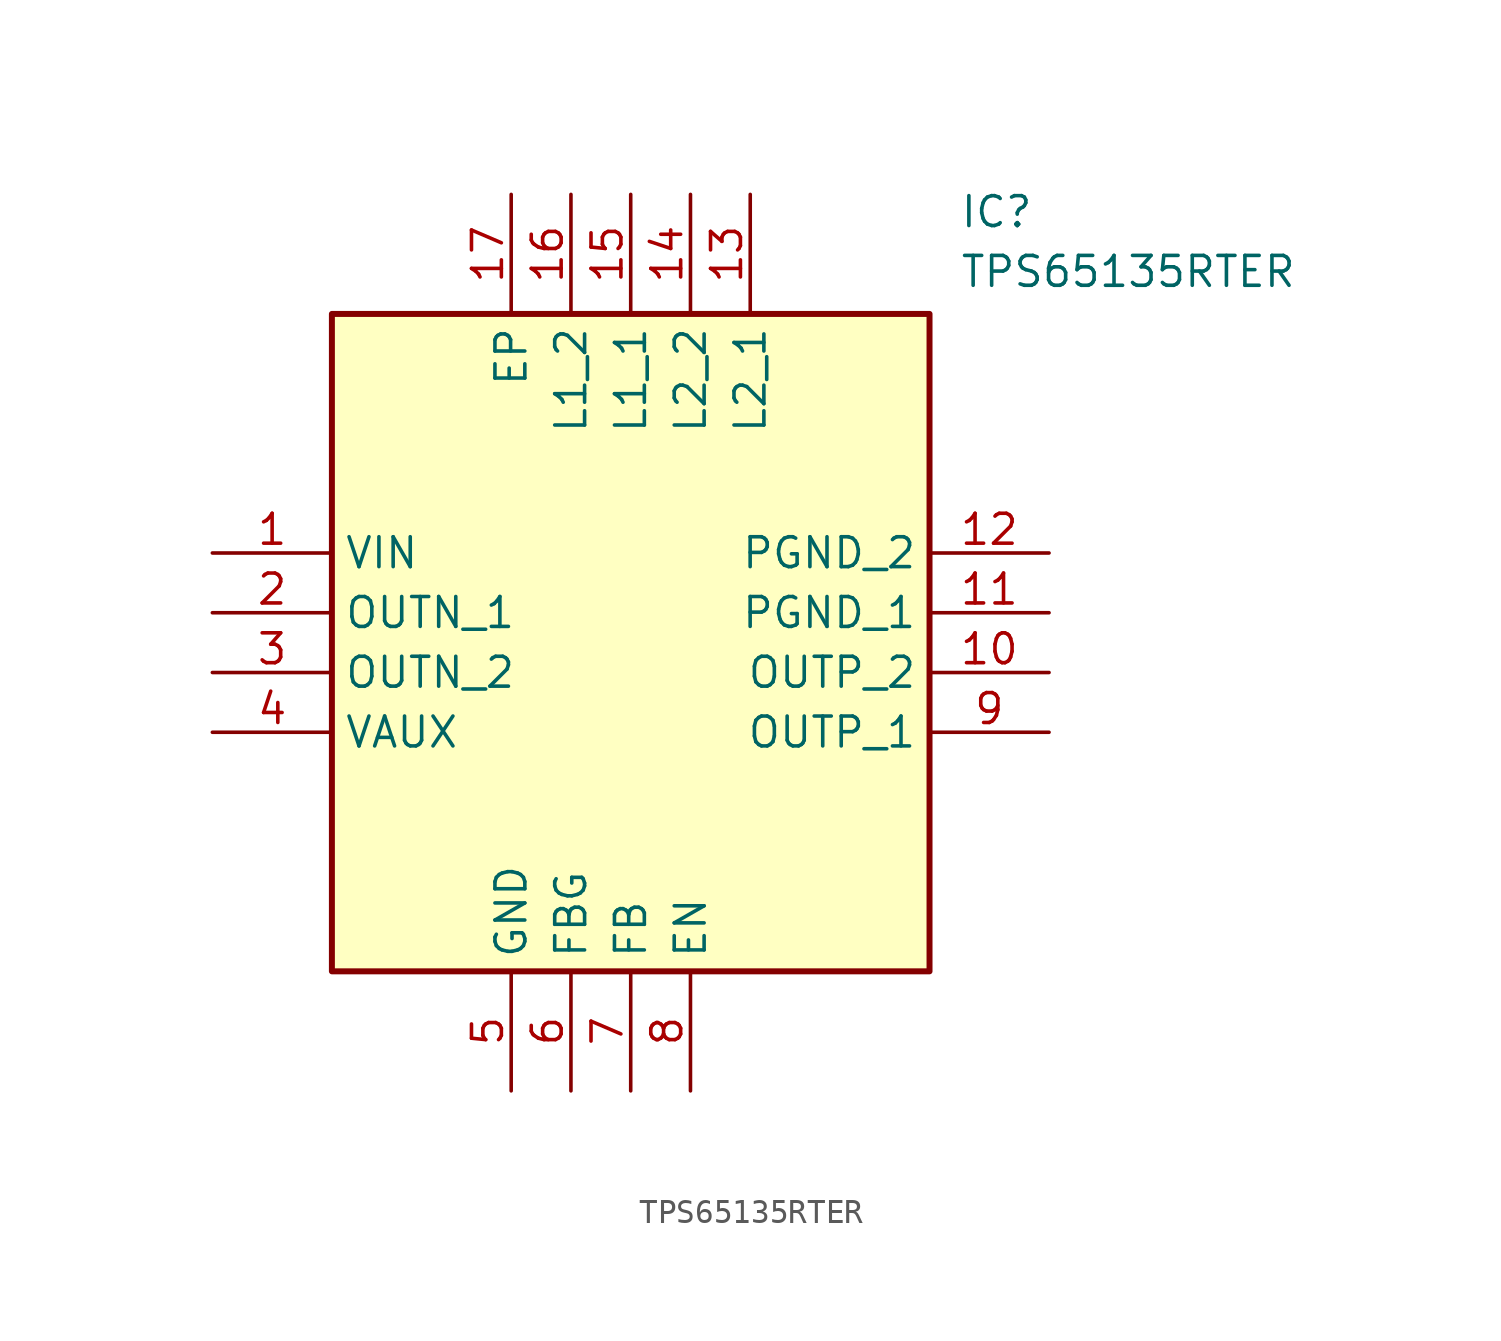
<source format=kicad_sym>
(kicad_symbol_lib
  (version 20211014)
  (generator SamacSys_ECAD_Model)
  (symbol "TPS65135RTER"
    (property "Reference" "IC"
      (at 31.75 15.24 0)
      (effects (font (size 1.27 1.27)) (justify left top)))
    (property "Value" "TPS65135RTER"
      (at 31.75 12.7 0)
      (effects (font (size 1.27 1.27)) (justify left top)))
    (rectangle
      (start 5.08 10.16)
      (end 30.48 -17.78)
      (stroke (width 0.254) (type default))
      (fill (type background)))
    (pin passive line
      (at 0 0 0)
      (length 5.08)
      (name "VIN" (effects (font (size 1.27 1.27))))
      (number "1" (effects (font (size 1.27 1.27)))))
    (pin passive line
      (at 0 -2.54 0)
      (length 5.08)
      (name "OUTN_1" (effects (font (size 1.27 1.27))))
      (number "2" (effects (font (size 1.27 1.27)))))
    (pin passive line
      (at 0 -5.08 0)
      (length 5.08)
      (name "OUTN_2" (effects (font (size 1.27 1.27))))
      (number "3" (effects (font (size 1.27 1.27)))))
    (pin passive line
      (at 0 -7.62 0)
      (length 5.08)
      (name "VAUX" (effects (font (size 1.27 1.27))))
      (number "4" (effects (font (size 1.27 1.27)))))
    (pin passive line
      (at 12.7 -22.86 90)
      (length 5.08)
      (name "GND" (effects (font (size 1.27 1.27))))
      (number "5" (effects (font (size 1.27 1.27)))))
    (pin passive line
      (at 15.24 -22.86 90)
      (length 5.08)
      (name "FBG" (effects (font (size 1.27 1.27))))
      (number "6" (effects (font (size 1.27 1.27)))))
    (pin passive line
      (at 17.78 -22.86 90)
      (length 5.08)
      (name "FB" (effects (font (size 1.27 1.27))))
      (number "7" (effects (font (size 1.27 1.27)))))
    (pin passive line
      (at 20.32 -22.86 90)
      (length 5.08)
      (name "EN" (effects (font (size 1.27 1.27))))
      (number "8" (effects (font (size 1.27 1.27)))))
    (pin passive line
      (at 35.56 0 180)
      (length 5.08)
      (name "PGND_2" (effects (font (size 1.27 1.27))))
      (number "12" (effects (font (size 1.27 1.27)))))
    (pin passive line
      (at 35.56 -2.54 180)
      (length 5.08)
      (name "PGND_1" (effects (font (size 1.27 1.27))))
      (number "11" (effects (font (size 1.27 1.27)))))
    (pin passive line
      (at 35.56 -5.08 180)
      (length 5.08)
      (name "OUTP_2" (effects (font (size 1.27 1.27))))
      (number "10" (effects (font (size 1.27 1.27)))))
    (pin passive line
      (at 35.56 -7.62 180)
      (length 5.08)
      (name "OUTP_1" (effects (font (size 1.27 1.27))))
      (number "9" (effects (font (size 1.27 1.27)))))
    (pin passive line
      (at 12.7 15.24 270)
      (length 5.08)
      (name "EP" (effects (font (size 1.27 1.27))))
      (number "17" (effects (font (size 1.27 1.27)))))
    (pin passive line
      (at 15.24 15.24 270)
      (length 5.08)
      (name "L1_2" (effects (font (size 1.27 1.27))))
      (number "16" (effects (font (size 1.27 1.27)))))
    (pin passive line
      (at 17.78 15.24 270)
      (length 5.08)
      (name "L1_1" (effects (font (size 1.27 1.27))))
      (number "15" (effects (font (size 1.27 1.27)))))
    (pin passive line
      (at 20.32 15.24 270)
      (length 5.08)
      (name "L2_2" (effects (font (size 1.27 1.27))))
      (number "14" (effects (font (size 1.27 1.27)))))
    (pin passive line
      (at 22.86 15.24 270)
      (length 5.08)
      (name "L2_1" (effects (font (size 1.27 1.27))))
      (number "13" (effects (font (size 1.27 1.27)))))))
</source>
